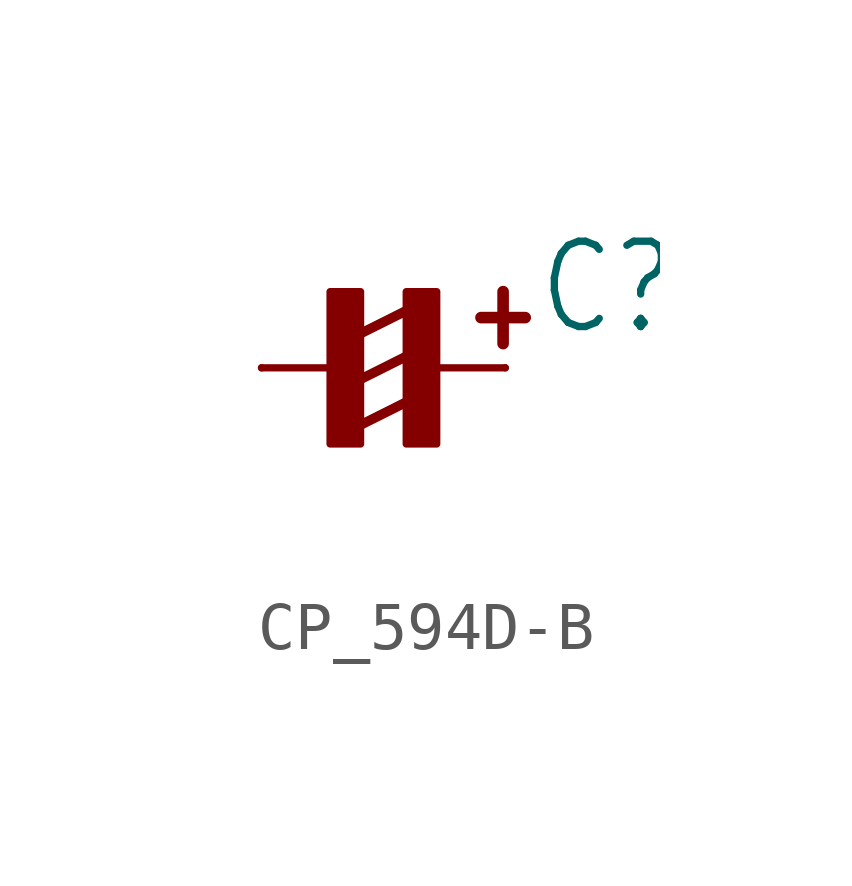
<source format=kicad_sym>
(kicad_symbol_lib
  (version 20231120)
  (generator "kicad_symbol_editor")
  (generator_version "8.0")
  (symbol "CP_594D-B"
    (property "Reference" "C"
      (at 3.175 0.635 0)
      (effects (font (size 1.778 1.511)) (justify left bottom)))
    (property "Value" ""
      (at -3.175 -3.81 0)
      (effects (font (size 1.778 1.511)) (justify left bottom)))
    (property "ki_locked" ""
      (at 0 0 0)
      (effects (font (size 1.27 1.27))))
    (symbol "CP_594D-B_1_0"
      (rectangle (start -1.111 -1.587) (end -0.476 1.587) (stroke (width 0) (type default)) (fill (type outline)))
      (polyline (pts (xy -0.857 0) (xy -2.54 0)) (stroke (width 0.152) (type solid)) (fill (type none)))
      (polyline (pts (xy -0.635 -1.27) (xy 0.635 -0.635)) (stroke (width 0.203) (type solid)) (fill (type none)))
      (polyline (pts (xy -0.635 -0.318) (xy 0.635 0.318)) (stroke (width 0.203) (type solid)) (fill (type none)))
      (polyline (pts (xy -0.635 0.635) (xy 0.635 1.27)) (stroke (width 0.203) (type solid)) (fill (type none)))
      (polyline (pts (xy 0.794 0) (xy 2.54 0)) (stroke (width 0.152) (type solid)) (fill (type none)))
      (rectangle (start 0.476 -1.587) (end 1.111 1.587) (stroke (width 0) (type default)) (fill (type outline)))
      (text "+" (at 1.587 0.318 0) (effects (font (size 1.422 1.209) (thickness 0.242) (bold yes)) (justify left bottom)))
      (pin passive line (at 2.54 0 180) (length 0) (name "+" (effects (font (size 0 0)))) (number "+" (effects (font (size 0 0)))))
      (pin passive line (at -2.54 0 0) (length 0) (name "-" (effects (font (size 0 0)))) (number "-" (effects (font (size 0 0))))))))
</source>
